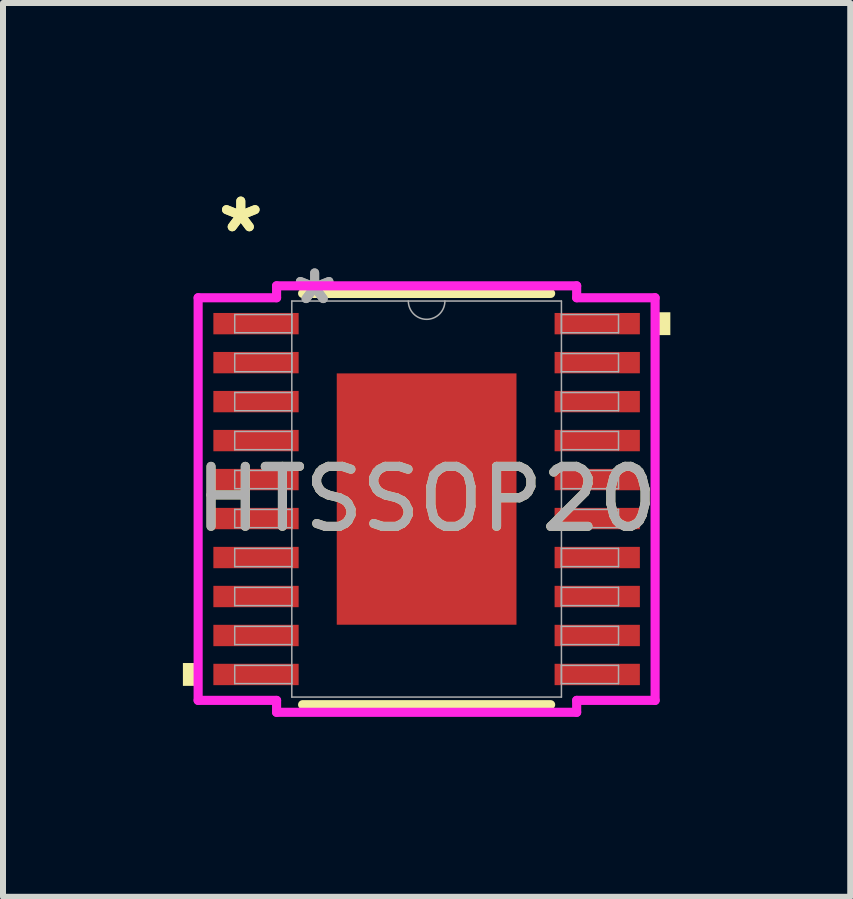
<source format=kicad_pcb>
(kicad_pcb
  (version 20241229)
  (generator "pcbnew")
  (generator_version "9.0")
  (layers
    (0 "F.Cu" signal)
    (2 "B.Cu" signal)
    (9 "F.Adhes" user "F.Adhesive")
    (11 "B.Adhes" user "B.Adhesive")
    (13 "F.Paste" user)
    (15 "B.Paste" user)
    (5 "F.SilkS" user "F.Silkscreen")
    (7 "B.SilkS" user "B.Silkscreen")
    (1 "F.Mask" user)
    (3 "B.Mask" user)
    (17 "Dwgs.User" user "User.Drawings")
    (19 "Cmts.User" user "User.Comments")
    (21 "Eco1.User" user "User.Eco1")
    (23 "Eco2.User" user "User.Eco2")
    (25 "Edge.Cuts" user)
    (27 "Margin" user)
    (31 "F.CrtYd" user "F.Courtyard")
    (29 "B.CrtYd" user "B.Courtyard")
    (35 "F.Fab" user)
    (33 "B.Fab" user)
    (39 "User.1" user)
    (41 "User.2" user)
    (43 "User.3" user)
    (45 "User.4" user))
  (footprint "HTSSOP20"
    (layer "F.Cu")
    (at 4.064 5.272)
    (property "Reference" "HTSSOP20" (at 0 0 0) (unlocked yes) (layer "F.SilkS") (effects (font (size 1 1) (thickness 0.15))))
    (attr smd)
    (fp_line (start -2.068 3.429) (end 2.068 3.429) (stroke (width 0.152) (type solid)) (layer "F.SilkS"))
    (fp_line (start 2.068 -3.429) (end -2.068 -3.429) (stroke (width 0.152) (type solid)) (layer "F.SilkS"))
    (fp_poly (pts (xy -4.064 2.734) (xy -4.064 3.115) (xy -3.81 3.115) (xy -3.81 2.734)) (stroke (width 0) (type solid)) (fill yes) (layer "F.SilkS"))
    (fp_poly (pts (xy 4.064 -3.115) (xy 4.064 -2.734) (xy 3.81 -2.734) (xy 3.81 -3.115)) (stroke (width 0) (type solid)) (fill yes) (layer "F.SilkS"))
    (fp_poly (pts (xy -1.399 -1.996) (xy -1.399 -0.798) (xy -0.1 -0.798) (xy -0.1 -1.996)) (stroke (width 0) (type solid)) (fill yes) (layer "F.Paste"))
    (fp_poly (pts (xy -1.399 -0.599) (xy -1.399 0.599) (xy -0.1 0.599) (xy -0.1 -0.599)) (stroke (width 0) (type solid)) (fill yes) (layer "F.Paste"))
    (fp_poly (pts (xy -1.399 0.798) (xy -1.399 1.996) (xy -0.1 1.996) (xy -0.1 0.798)) (stroke (width 0) (type solid)) (fill yes) (layer "F.Paste"))
    (fp_poly (pts (xy 0.1 -1.996) (xy 0.1 -0.798) (xy 1.399 -0.798) (xy 1.399 -1.996)) (stroke (width 0) (type solid)) (fill yes) (layer "F.Paste"))
    (fp_poly (pts (xy 0.1 -0.599) (xy 0.1 0.599) (xy 1.399 0.599) (xy 1.399 -0.599)) (stroke (width 0) (type solid)) (fill yes) (layer "F.Paste"))
    (fp_poly (pts (xy 0.1 0.798) (xy 0.1 1.996) (xy 1.399 1.996) (xy 1.399 0.798)) (stroke (width 0) (type solid)) (fill yes) (layer "F.Paste"))
    (fp_line (start -3.81 -3.357) (end -2.502 -3.357) (stroke (width 0.152) (type solid)) (layer "F.CrtYd"))
    (fp_line (start -3.81 3.357) (end -3.81 -3.357) (stroke (width 0.152) (type solid)) (layer "F.CrtYd"))
    (fp_line (start -3.81 3.357) (end -2.502 3.357) (stroke (width 0.152) (type solid)) (layer "F.CrtYd"))
    (fp_line (start -2.502 -3.556) (end 2.502 -3.556) (stroke (width 0.152) (type solid)) (layer "F.CrtYd"))
    (fp_line (start -2.502 -3.357) (end -2.502 -3.556) (stroke (width 0.152) (type solid)) (layer "F.CrtYd"))
    (fp_line (start -2.502 3.556) (end -2.502 3.357) (stroke (width 0.152) (type solid)) (layer "F.CrtYd"))
    (fp_line (start 2.502 -3.556) (end 2.502 -3.357) (stroke (width 0.152) (type solid)) (layer "F.CrtYd"))
    (fp_line (start 2.502 3.357) (end 2.502 3.556) (stroke (width 0.152) (type solid)) (layer "F.CrtYd"))
    (fp_line (start 2.502 3.556) (end -2.502 3.556) (stroke (width 0.152) (type solid)) (layer "F.CrtYd"))
    (fp_line (start 3.81 -3.357) (end 2.502 -3.357) (stroke (width 0.152) (type solid)) (layer "F.CrtYd"))
    (fp_line (start 3.81 -3.357) (end 3.81 3.357) (stroke (width 0.152) (type solid)) (layer "F.CrtYd"))
    (fp_line (start 3.81 3.357) (end 2.502 3.357) (stroke (width 0.152) (type solid)) (layer "F.CrtYd"))
    (fp_line (start -3.2 -3.077) (end -3.2 -2.773) (stroke (width 0.025) (type solid)) (layer "F.Fab"))
    (fp_line (start -3.2 -2.773) (end -2.248 -2.773) (stroke (width 0.025) (type solid)) (layer "F.Fab"))
    (fp_line (start -3.2 -2.427) (end -3.2 -2.123) (stroke (width 0.025) (type solid)) (layer "F.Fab"))
    (fp_line (start -3.2 -2.123) (end -2.248 -2.123) (stroke (width 0.025) (type solid)) (layer "F.Fab"))
    (fp_line (start -3.2 -1.777) (end -3.2 -1.473) (stroke (width 0.025) (type solid)) (layer "F.Fab"))
    (fp_line (start -3.2 -1.473) (end -2.248 -1.473) (stroke (width 0.025) (type solid)) (layer "F.Fab"))
    (fp_line (start -3.2 -1.127) (end -3.2 -0.823) (stroke (width 0.025) (type solid)) (layer "F.Fab"))
    (fp_line (start -3.2 -0.823) (end -2.248 -0.823) (stroke (width 0.025) (type solid)) (layer "F.Fab"))
    (fp_line (start -3.2 -0.477) (end -3.2 -0.173) (stroke (width 0.025) (type solid)) (layer "F.Fab"))
    (fp_line (start -3.2 -0.173) (end -2.248 -0.173) (stroke (width 0.025) (type solid)) (layer "F.Fab"))
    (fp_line (start -3.2 0.173) (end -3.2 0.477) (stroke (width 0.025) (type solid)) (layer "F.Fab"))
    (fp_line (start -3.2 0.477) (end -2.248 0.477) (stroke (width 0.025) (type solid)) (layer "F.Fab"))
    (fp_line (start -3.2 0.823) (end -3.2 1.127) (stroke (width 0.025) (type solid)) (layer "F.Fab"))
    (fp_line (start -3.2 1.127) (end -2.248 1.127) (stroke (width 0.025) (type solid)) (layer "F.Fab"))
    (fp_line (start -3.2 1.473) (end -3.2 1.777) (stroke (width 0.025) (type solid)) (layer "F.Fab"))
    (fp_line (start -3.2 1.777) (end -2.248 1.777) (stroke (width 0.025) (type solid)) (layer "F.Fab"))
    (fp_line (start -3.2 2.123) (end -3.2 2.427) (stroke (width 0.025) (type solid)) (layer "F.Fab"))
    (fp_line (start -3.2 2.427) (end -2.248 2.427) (stroke (width 0.025) (type solid)) (layer "F.Fab"))
    (fp_line (start -3.2 2.773) (end -3.2 3.077) (stroke (width 0.025) (type solid)) (layer "F.Fab"))
    (fp_line (start -3.2 3.077) (end -2.248 3.077) (stroke (width 0.025) (type solid)) (layer "F.Fab"))
    (fp_line (start -2.248 -3.302) (end -2.248 3.302) (stroke (width 0.025) (type solid)) (layer "F.Fab"))
    (fp_line (start -2.248 -3.077) (end -3.2 -3.077) (stroke (width 0.025) (type solid)) (layer "F.Fab"))
    (fp_line (start -2.248 -2.773) (end -2.248 -3.077) (stroke (width 0.025) (type solid)) (layer "F.Fab"))
    (fp_line (start -2.248 -2.427) (end -3.2 -2.427) (stroke (width 0.025) (type solid)) (layer "F.Fab"))
    (fp_line (start -2.248 -2.123) (end -2.248 -2.427) (stroke (width 0.025) (type solid)) (layer "F.Fab"))
    (fp_line (start -2.248 -1.777) (end -3.2 -1.777) (stroke (width 0.025) (type solid)) (layer "F.Fab"))
    (fp_line (start -2.248 -1.473) (end -2.248 -1.777) (stroke (width 0.025) (type solid)) (layer "F.Fab"))
    (fp_line (start -2.248 -1.127) (end -3.2 -1.127) (stroke (width 0.025) (type solid)) (layer "F.Fab"))
    (fp_line (start -2.248 -0.823) (end -2.248 -1.127) (stroke (width 0.025) (type solid)) (layer "F.Fab"))
    (fp_line (start -2.248 -0.477) (end -3.2 -0.477) (stroke (width 0.025) (type solid)) (layer "F.Fab"))
    (fp_line (start -2.248 -0.173) (end -2.248 -0.477) (stroke (width 0.025) (type solid)) (layer "F.Fab"))
    (fp_line (start -2.248 0.173) (end -3.2 0.173) (stroke (width 0.025) (type solid)) (layer "F.Fab"))
    (fp_line (start -2.248 0.477) (end -2.248 0.173) (stroke (width 0.025) (type solid)) (layer "F.Fab"))
    (fp_line (start -2.248 0.823) (end -3.2 0.823) (stroke (width 0.025) (type solid)) (layer "F.Fab"))
    (fp_line (start -2.248 1.127) (end -2.248 0.823) (stroke (width 0.025) (type solid)) (layer "F.Fab"))
    (fp_line (start -2.248 1.473) (end -3.2 1.473) (stroke (width 0.025) (type solid)) (layer "F.Fab"))
    (fp_line (start -2.248 1.777) (end -2.248 1.473) (stroke (width 0.025) (type solid)) (layer "F.Fab"))
    (fp_line (start -2.248 2.123) (end -3.2 2.123) (stroke (width 0.025) (type solid)) (layer "F.Fab"))
    (fp_line (start -2.248 2.427) (end -2.248 2.123) (stroke (width 0.025) (type solid)) (layer "F.Fab"))
    (fp_line (start -2.248 2.773) (end -3.2 2.773) (stroke (width 0.025) (type solid)) (layer "F.Fab"))
    (fp_line (start -2.248 3.077) (end -2.248 2.773) (stroke (width 0.025) (type solid)) (layer "F.Fab"))
    (fp_line (start -2.248 3.302) (end 2.248 3.302) (stroke (width 0.025) (type solid)) (layer "F.Fab"))
    (fp_line (start 2.248 -3.302) (end -2.248 -3.302) (stroke (width 0.025) (type solid)) (layer "F.Fab"))
    (fp_line (start 2.248 -3.077) (end 2.248 -2.773) (stroke (width 0.025) (type solid)) (layer "F.Fab"))
    (fp_line (start 2.248 -2.773) (end 3.2 -2.773) (stroke (width 0.025) (type solid)) (layer "F.Fab"))
    (fp_line (start 2.248 -2.427) (end 2.248 -2.123) (stroke (width 0.025) (type solid)) (layer "F.Fab"))
    (fp_line (start 2.248 -2.123) (end 3.2 -2.123) (stroke (width 0.025) (type solid)) (layer "F.Fab"))
    (fp_line (start 2.248 -1.777) (end 2.248 -1.473) (stroke (width 0.025) (type solid)) (layer "F.Fab"))
    (fp_line (start 2.248 -1.473) (end 3.2 -1.473) (stroke (width 0.025) (type solid)) (layer "F.Fab"))
    (fp_line (start 2.248 -1.127) (end 2.248 -0.823) (stroke (width 0.025) (type solid)) (layer "F.Fab"))
    (fp_line (start 2.248 -0.823) (end 3.2 -0.823) (stroke (width 0.025) (type solid)) (layer "F.Fab"))
    (fp_line (start 2.248 -0.477) (end 2.248 -0.173) (stroke (width 0.025) (type solid)) (layer "F.Fab"))
    (fp_line (start 2.248 -0.173) (end 3.2 -0.173) (stroke (width 0.025) (type solid)) (layer "F.Fab"))
    (fp_line (start 2.248 0.173) (end 2.248 0.477) (stroke (width 0.025) (type solid)) (layer "F.Fab"))
    (fp_line (start 2.248 0.477) (end 3.2 0.477) (stroke (width 0.025) (type solid)) (layer "F.Fab"))
    (fp_line (start 2.248 0.823) (end 2.248 1.127) (stroke (width 0.025) (type solid)) (layer "F.Fab"))
    (fp_line (start 2.248 1.127) (end 3.2 1.127) (stroke (width 0.025) (type solid)) (layer "F.Fab"))
    (fp_line (start 2.248 1.473) (end 2.248 1.777) (stroke (width 0.025) (type solid)) (layer "F.Fab"))
    (fp_line (start 2.248 1.777) (end 3.2 1.777) (stroke (width 0.025) (type solid)) (layer "F.Fab"))
    (fp_line (start 2.248 2.123) (end 2.248 2.427) (stroke (width 0.025) (type solid)) (layer "F.Fab"))
    (fp_line (start 2.248 2.427) (end 3.2 2.427) (stroke (width 0.025) (type solid)) (layer "F.Fab"))
    (fp_line (start 2.248 2.773) (end 2.248 3.077) (stroke (width 0.025) (type solid)) (layer "F.Fab"))
    (fp_line (start 2.248 3.077) (end 3.2 3.077) (stroke (width 0.025) (type solid)) (layer "F.Fab"))
    (fp_line (start 2.248 3.302) (end 2.248 -3.302) (stroke (width 0.025) (type solid)) (layer "F.Fab"))
    (fp_line (start 3.2 -3.077) (end 2.248 -3.077) (stroke (width 0.025) (type solid)) (layer "F.Fab"))
    (fp_line (start 3.2 -2.773) (end 3.2 -3.077) (stroke (width 0.025) (type solid)) (layer "F.Fab"))
    (fp_line (start 3.2 -2.427) (end 2.248 -2.427) (stroke (width 0.025) (type solid)) (layer "F.Fab"))
    (fp_line (start 3.2 -2.123) (end 3.2 -2.427) (stroke (width 0.025) (type solid)) (layer "F.Fab"))
    (fp_line (start 3.2 -1.777) (end 2.248 -1.777) (stroke (width 0.025) (type solid)) (layer "F.Fab"))
    (fp_line (start 3.2 -1.473) (end 3.2 -1.777) (stroke (width 0.025) (type solid)) (layer "F.Fab"))
    (fp_line (start 3.2 -1.127) (end 2.248 -1.127) (stroke (width 0.025) (type solid)) (layer "F.Fab"))
    (fp_line (start 3.2 -0.823) (end 3.2 -1.127) (stroke (width 0.025) (type solid)) (layer "F.Fab"))
    (fp_line (start 3.2 -0.477) (end 2.248 -0.477) (stroke (width 0.025) (type solid)) (layer "F.Fab"))
    (fp_line (start 3.2 -0.173) (end 3.2 -0.477) (stroke (width 0.025) (type solid)) (layer "F.Fab"))
    (fp_line (start 3.2 0.173) (end 2.248 0.173) (stroke (width 0.025) (type solid)) (layer "F.Fab"))
    (fp_line (start 3.2 0.477) (end 3.2 0.173) (stroke (width 0.025) (type solid)) (layer "F.Fab"))
    (fp_line (start 3.2 0.823) (end 2.248 0.823) (stroke (width 0.025) (type solid)) (layer "F.Fab"))
    (fp_line (start 3.2 1.127) (end 3.2 0.823) (stroke (width 0.025) (type solid)) (layer "F.Fab"))
    (fp_line (start 3.2 1.473) (end 2.248 1.473) (stroke (width 0.025) (type solid)) (layer "F.Fab"))
    (fp_line (start 3.2 1.777) (end 3.2 1.473) (stroke (width 0.025) (type solid)) (layer "F.Fab"))
    (fp_line (start 3.2 2.123) (end 2.248 2.123) (stroke (width 0.025) (type solid)) (layer "F.Fab"))
    (fp_line (start 3.2 2.427) (end 3.2 2.123) (stroke (width 0.025) (type solid)) (layer "F.Fab"))
    (fp_line (start 3.2 2.773) (end 2.248 2.773) (stroke (width 0.025) (type solid)) (layer "F.Fab"))
    (fp_line (start 3.2 3.077) (end 3.2 2.773) (stroke (width 0.025) (type solid)) (layer "F.Fab"))
    (fp_arc (start 0.3048 -3.302) (mid 0 -2.9972) (end -0.3048 -3.302) (stroke (width 0.0254) (type solid)) (layer "F.Fab"))
    (fp_text user "*" (at -3.099 -4.424 0) (layer "F.SilkS") (effects (font (size 1 1) (thickness 0.15))))
    (fp_text user "*" (at -3.099 -4.424 0) (unlocked yes) (layer "F.SilkS") (effects (font (size 1 1) (thickness 0.15))))
    (fp_text user "${REFERENCE}" (at 0 0 0) (unlocked yes) (layer "F.Fab") (effects (font (size 1 1) (thickness 0.15))))
    (fp_text user "*" (at -1.867 -3.226 0) (unlocked yes) (layer "F.Fab") (effects (font (size 1 1) (thickness 0.15))))
    (fp_text user "*" (at -1.867 -3.226 0) (layer "F.Fab") (effects (font (size 1 1) (thickness 0.15))))
    (pad "1" smd rect (at -2.845 -2.925) (size 1.422 0.356) (layers "F.Cu" "F.Mask" "F.Paste"))
    (pad "2" smd rect (at -2.845 -2.275) (size 1.422 0.356) (layers "F.Cu" "F.Mask" "F.Paste"))
    (pad "3" smd rect (at -2.845 -1.625) (size 1.422 0.356) (layers "F.Cu" "F.Mask" "F.Paste"))
    (pad "4" smd rect (at -2.845 -0.975) (size 1.422 0.356) (layers "F.Cu" "F.Mask" "F.Paste"))
    (pad "5" smd rect (at -2.845 -0.325) (size 1.422 0.356) (layers "F.Cu" "F.Mask" "F.Paste"))
    (pad "6" smd rect (at -2.845 0.325) (size 1.422 0.356) (layers "F.Cu" "F.Mask" "F.Paste"))
    (pad "7" smd rect (at -2.845 0.975) (size 1.422 0.356) (layers "F.Cu" "F.Mask" "F.Paste"))
    (pad "8" smd rect (at -2.845 1.625) (size 1.422 0.356) (layers "F.Cu" "F.Mask" "F.Paste"))
    (pad "9" smd rect (at -2.845 2.275) (size 1.422 0.356) (layers "F.Cu" "F.Mask" "F.Paste"))
    (pad "10" smd rect (at -2.845 2.925) (size 1.422 0.356) (layers "F.Cu" "F.Mask" "F.Paste"))
    (pad "11" smd rect (at 2.845 2.925) (size 1.422 0.356) (layers "F.Cu" "F.Mask" "F.Paste"))
    (pad "12" smd rect (at 2.845 2.275) (size 1.422 0.356) (layers "F.Cu" "F.Mask" "F.Paste"))
    (pad "13" smd rect (at 2.845 1.625) (size 1.422 0.356) (layers "F.Cu" "F.Mask" "F.Paste"))
    (pad "14" smd rect (at 2.845 0.975) (size 1.422 0.356) (layers "F.Cu" "F.Mask" "F.Paste"))
    (pad "15" smd rect (at 2.845 0.325) (size 1.422 0.356) (layers "F.Cu" "F.Mask" "F.Paste"))
    (pad "16" smd rect (at 2.845 -0.325) (size 1.422 0.356) (layers "F.Cu" "F.Mask" "F.Paste"))
    (pad "17" smd rect (at 2.845 -0.975) (size 1.422 0.356) (layers "F.Cu" "F.Mask" "F.Paste"))
    (pad "18" smd rect (at 2.845 -1.625) (size 1.422 0.356) (layers "F.Cu" "F.Mask" "F.Paste"))
    (pad "19" smd rect (at 2.845 -2.275) (size 1.422 0.356) (layers "F.Cu" "F.Mask" "F.Paste"))
    (pad "20" smd rect (at 2.845 -2.925) (size 1.422 0.356) (layers "F.Cu" "F.Mask" "F.Paste"))
    (pad "21" smd rect (at 0 0) (size 2.997 4.191) (layers "F.Cu" "F.Mask")))
  (gr_rect
    (start -3 -3)
    (end 11.128 11.904)
    (stroke (width 0.1) (type default))
    (fill no)
    (layer "Edge.Cuts")))
</source>
